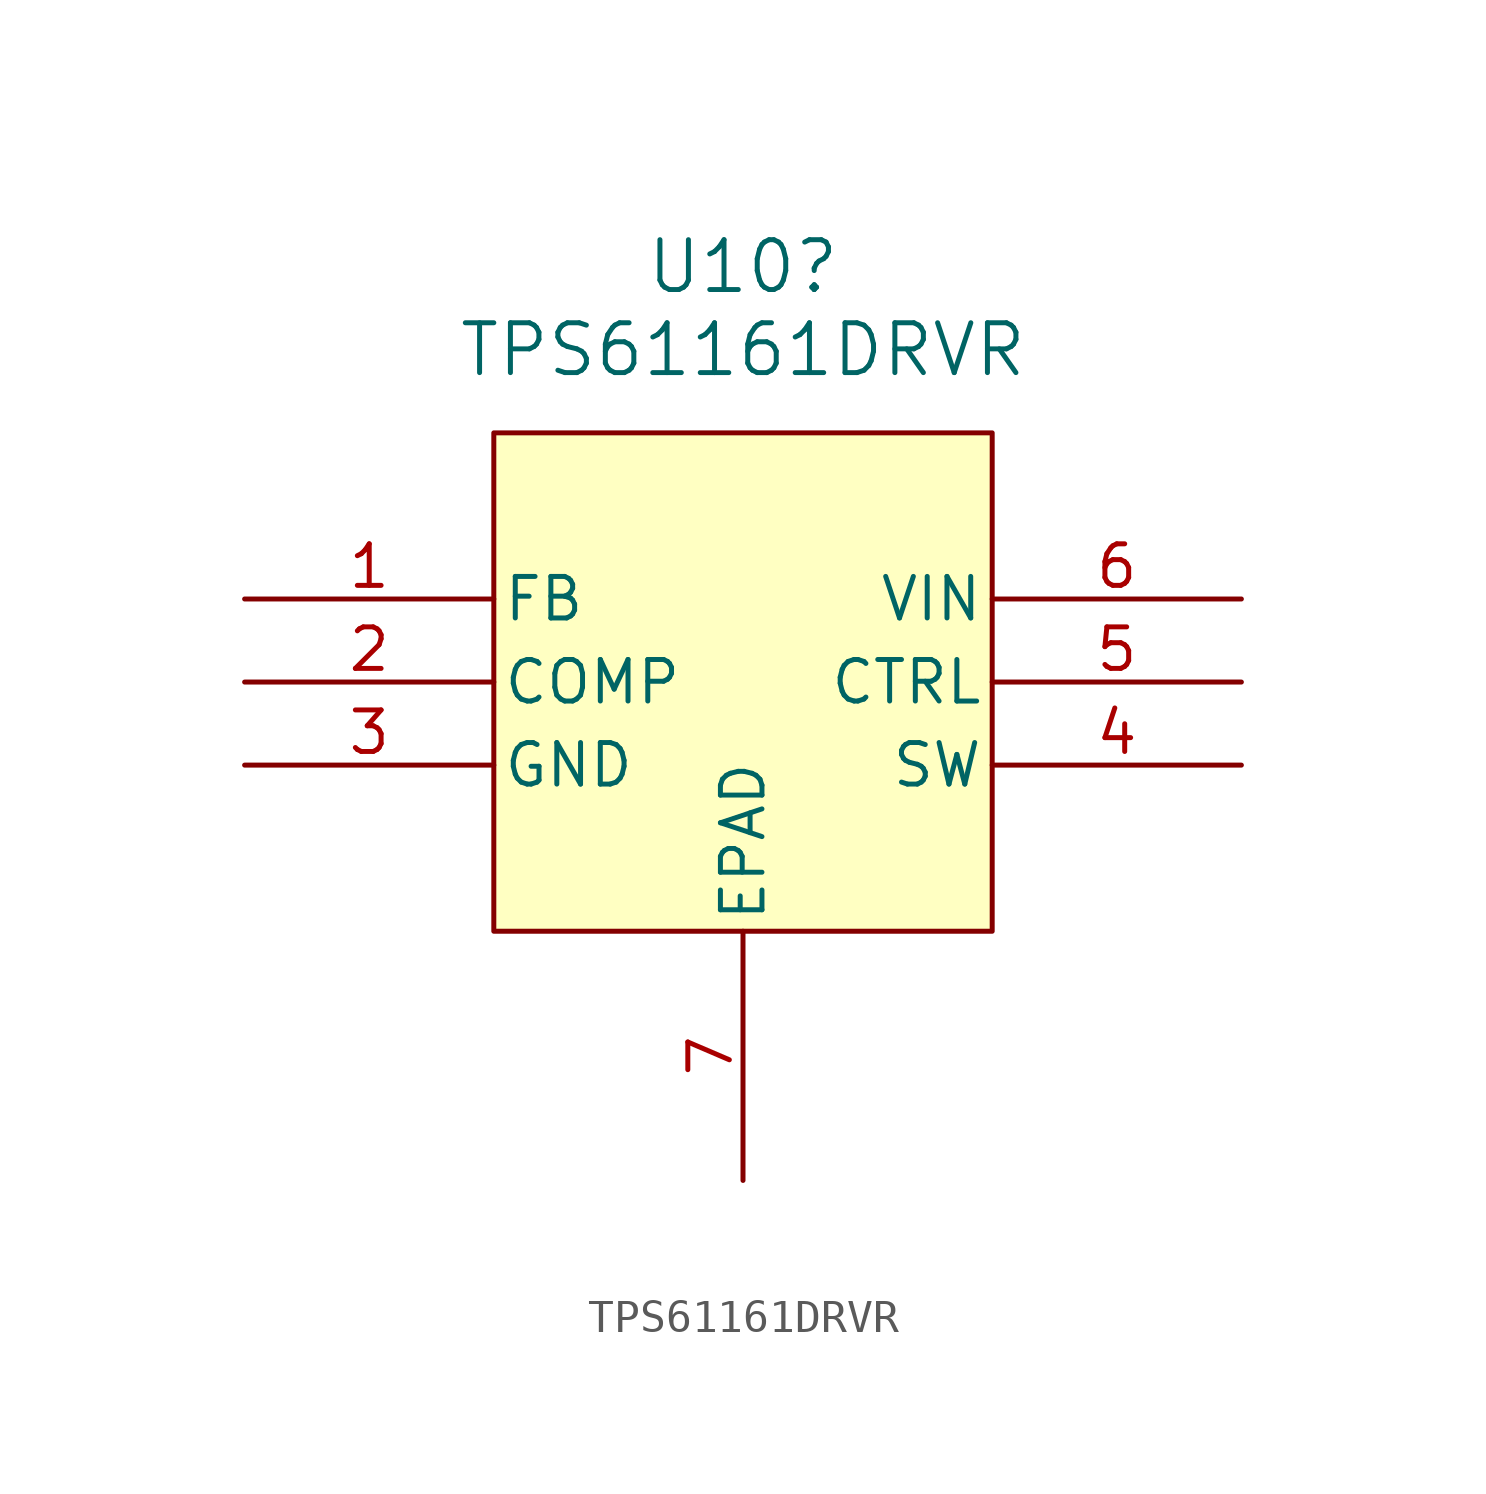
<source format=kicad_sym>
(kicad_symbol_lib
  (version 20220914)
  (generator kicad_symbol_editor)
  (symbol "TPS61161DRVR"
    (pin_names
      (offset 0.254))
    (property "Reference" "U10"
      (at 0 12.7 0)
      (effects (font (size 1.524 1.524))))
    (property "Value" "TPS61161DRVR"
      (at 0 10.16 0)
      (effects (font (size 1.524 1.524))))
    (property "ki_locked" ""
      (at 0 0 0)
      (effects (font (size 1.27 1.27))))
    (symbol "TPS61161DRVR_0_1"
      (pin input line (at -15.24 2.54 0) (length 7.62) (name "FB" (effects (font (size 1.27 1.27)))) (number "1" (effects (font (size 1.27 1.27)))))
      (pin output line (at -15.24 0 0) (length 7.62) (name "COMP" (effects (font (size 1.27 1.27)))) (number "2" (effects (font (size 1.27 1.27)))))
      (pin output line (at -15.24 -2.54 0) (length 7.62) (name "GND" (effects (font (size 1.27 1.27)))) (number "3" (effects (font (size 1.27 1.27)))))
      (pin input line (at 15.24 -2.54 180) (length 7.62) (name "SW" (effects (font (size 1.27 1.27)))) (number "4" (effects (font (size 1.27 1.27)))))
      (pin input line (at 15.24 0 180) (length 7.62) (name "CTRL" (effects (font (size 1.27 1.27)))) (number "5" (effects (font (size 1.27 1.27)))))
      (pin input line (at 15.24 2.54 180) (length 7.62) (name "VIN" (effects (font (size 1.27 1.27)))) (number "6" (effects (font (size 1.27 1.27)))))
      (pin unspecified line (at 0 -15.24 90) (length 7.62) (name "EPAD" (effects (font (size 1.27 1.27)))) (number "7" (effects (font (size 1.27 1.27))))))
    (symbol "TPS61161DRVR_1_1"
      (rectangle (start -7.62 7.62) (end 7.62 -7.62) (stroke (width 0) (type default)) (fill (type background))))))
</source>
